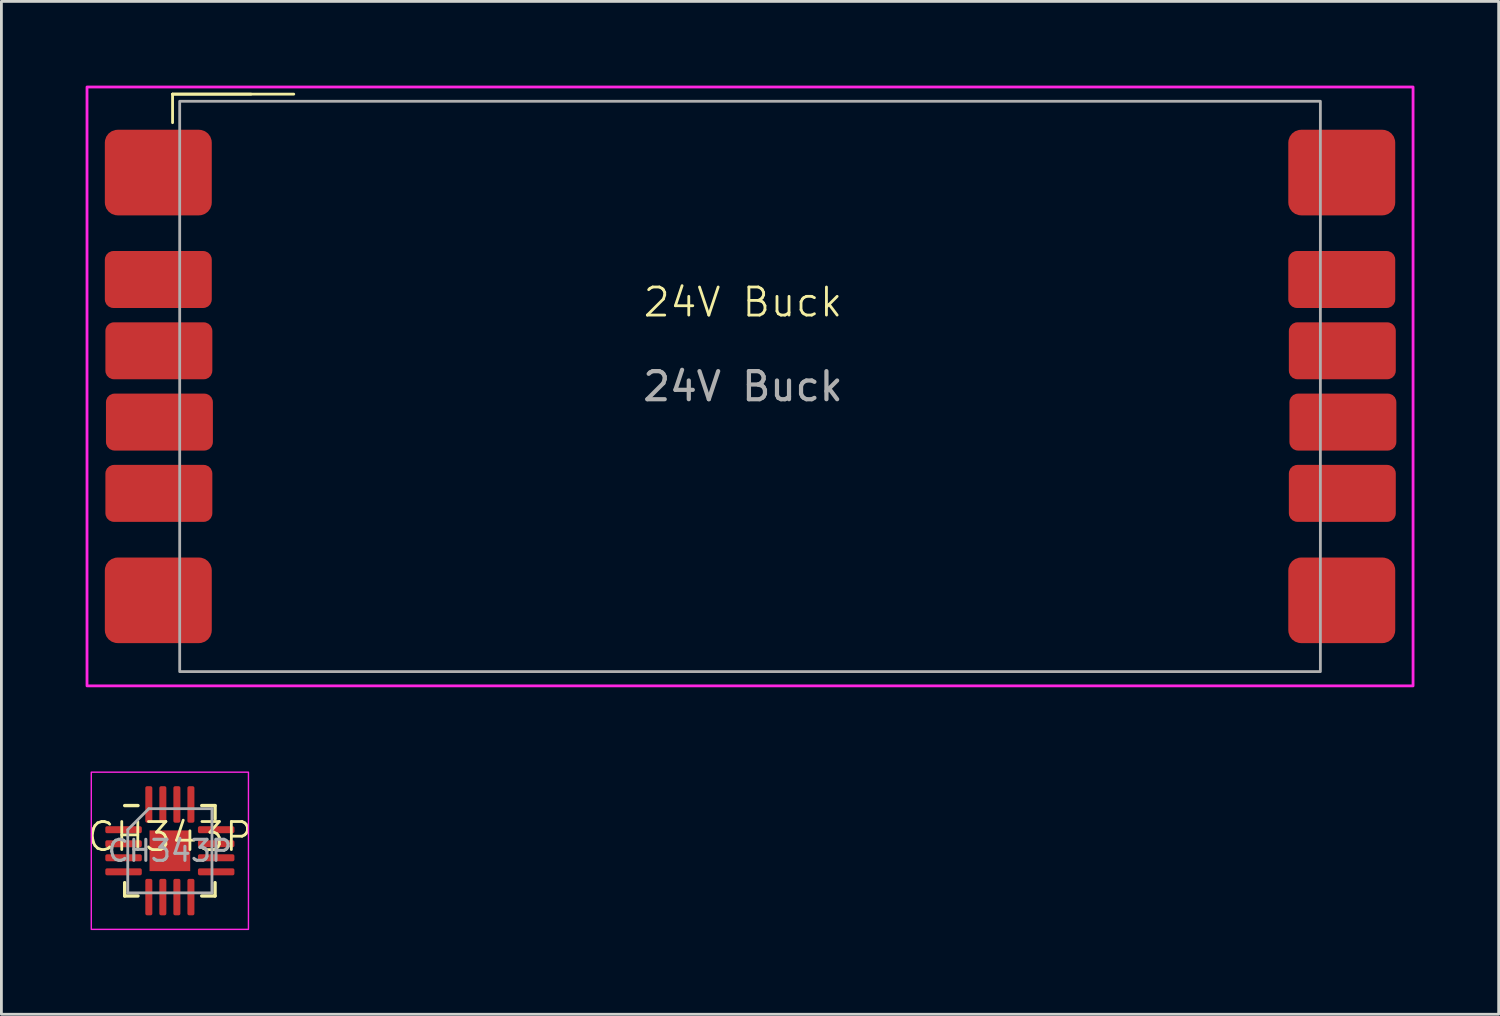
<source format=kicad_pcb>
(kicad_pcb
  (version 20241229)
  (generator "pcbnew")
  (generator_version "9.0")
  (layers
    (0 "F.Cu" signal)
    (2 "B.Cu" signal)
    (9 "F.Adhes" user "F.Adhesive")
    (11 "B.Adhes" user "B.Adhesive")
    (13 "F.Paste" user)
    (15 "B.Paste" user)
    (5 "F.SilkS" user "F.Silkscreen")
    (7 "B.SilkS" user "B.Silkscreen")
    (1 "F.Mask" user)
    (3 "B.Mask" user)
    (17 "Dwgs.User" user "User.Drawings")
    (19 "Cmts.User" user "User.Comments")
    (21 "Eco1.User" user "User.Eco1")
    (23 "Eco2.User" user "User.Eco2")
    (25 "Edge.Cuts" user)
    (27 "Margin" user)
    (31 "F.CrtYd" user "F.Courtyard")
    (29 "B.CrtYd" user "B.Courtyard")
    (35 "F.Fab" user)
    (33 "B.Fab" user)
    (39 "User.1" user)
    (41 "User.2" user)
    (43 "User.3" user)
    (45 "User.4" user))
  (footprint "24V Buck"
    (layer "F.Cu")
    (at 23.672 10.718)
    (property "Reference" "24V Buck" (at -0.254 -3 0) (unlocked yes) (layer "F.SilkS") (effects (font (size 1 1) (thickness 0.1))))
    (attr smd)
    (fp_line (start -20.574 -10.414) (end -20.574 -9.398) (stroke (width 0.1) (type default)) (layer "F.SilkS"))
    (fp_line (start -20.574 -10.414) (end -16.256 -10.414) (stroke (width 0.1) (type default)) (layer "F.SilkS"))
    (fp_line (start -17.78 -10.414) (end -20.574 -10.414) (stroke (width 0.1) (type default)) (layer "F.SilkS"))
    (fp_rect (start -23.622 -10.668) (end 23.622 10.668) (stroke (width 0.1) (type default)) (fill no) (layer "F.CrtYd"))
    (fp_rect (start -20.32 -10.16) (end 20.32 10.16) (stroke (width 0.1) (type default)) (fill no) (layer "F.Fab"))
    (fp_text user "${REFERENCE}" (at -0.254 0 0) (unlocked yes) (layer "F.Fab") (effects (font (size 1 1) (thickness 0.15))))
    (pad "1" smd roundrect (at -21.082 -7.62) (size 3.81 3.05) (layers "F.Cu" "F.Mask" "F.Paste") (roundrect_rratio 0.15))
    (pad "2" smd roundrect (at 21.082 -7.62) (size 3.81 3.05) (layers "F.Cu" "F.Mask" "F.Paste") (roundrect_rratio 0.15))
    (pad "3" smd roundrect (at -21.082 -3.81) (size 3.81 2.03) (layers "F.Cu" "F.Mask" "F.Paste") (roundrect_rratio 0.15))
    (pad "4" smd roundrect (at 21.082 -3.81) (size 3.81 2.03) (layers "F.Cu" "F.Mask" "F.Paste") (roundrect_rratio 0.15))
    (pad "5" smd roundrect (at -21.062 -1.27) (size 3.81 2.03) (layers "F.Cu" "F.Mask" "F.Paste") (roundrect_rratio 0.15))
    (pad "6" smd roundrect (at 21.102 -1.27) (size 3.81 2.03) (layers "F.Cu" "F.Mask" "F.Paste") (roundrect_rratio 0.15))
    (pad "7" smd roundrect (at -21.042 1.27) (size 3.81 2.03) (layers "F.Cu" "F.Mask" "F.Paste") (roundrect_rratio 0.15))
    (pad "8" smd roundrect (at 21.122 1.27) (size 3.81 2.03) (layers "F.Cu" "F.Mask" "F.Paste") (roundrect_rratio 0.15))
    (pad "9" smd roundrect (at -21.062 3.81) (size 3.81 2.03) (layers "F.Cu" "F.Mask" "F.Paste") (roundrect_rratio 0.15))
    (pad "10" smd roundrect (at 21.102 3.81) (size 3.81 2.03) (layers "F.Cu" "F.Mask" "F.Paste") (roundrect_rratio 0.15))
    (pad "11" smd roundrect (at -21.082 7.62) (size 3.81 3.05) (layers "F.Cu" "F.Mask" "F.Paste") (roundrect_rratio 0.15))
    (pad "12" smd roundrect (at 21.082 7.62) (size 3.81 3.05) (layers "F.Cu" "F.Mask" "F.Paste") (roundrect_rratio 0.15)))
  (footprint "CH343P"
    (layer "F.Cu")
    (at 3.002 27.261)
    (property "Reference" "CH343P" (at 0 -0.5 0) (unlocked yes) (layer "F.SilkS") (effects (font (size 1 1) (thickness 0.1))))
    (attr smd)
    (fp_line (start -1.61 1.61) (end -1.61 1.135) (stroke (width 0.12) (type solid)) (layer "F.SilkS"))
    (fp_line (start -1.135 -1.61) (end -1.61 -1.61) (stroke (width 0.12) (type solid)) (layer "F.SilkS"))
    (fp_line (start -1.135 1.61) (end -1.61 1.61) (stroke (width 0.12) (type solid)) (layer "F.SilkS"))
    (fp_line (start 1.135 -1.61) (end 1.61 -1.61) (stroke (width 0.12) (type solid)) (layer "F.SilkS"))
    (fp_line (start 1.135 1.61) (end 1.61 1.61) (stroke (width 0.12) (type solid)) (layer "F.SilkS"))
    (fp_line (start 1.61 -1.61) (end 1.61 -1.135) (stroke (width 0.12) (type solid)) (layer "F.SilkS"))
    (fp_line (start 1.61 1.61) (end 1.61 1.135) (stroke (width 0.12) (type solid)) (layer "F.SilkS"))
    (fp_rect (start -2.8 -2.8) (end 2.8 2.8) (stroke (width 0.05) (type default)) (fill no) (layer "F.CrtYd"))
    (fp_line (start -1.5 -0.75) (end -0.75 -1.5) (stroke (width 0.1) (type solid)) (layer "F.Fab"))
    (fp_line (start -1.5 1.5) (end -1.5 -0.75) (stroke (width 0.1) (type solid)) (layer "F.Fab"))
    (fp_line (start -0.75 -1.5) (end 1.5 -1.5) (stroke (width 0.1) (type solid)) (layer "F.Fab"))
    (fp_line (start 1.5 -1.5) (end 1.5 1.5) (stroke (width 0.1) (type solid)) (layer "F.Fab"))
    (fp_line (start 1.5 1.5) (end -1.5 1.5) (stroke (width 0.1) (type solid)) (layer "F.Fab"))
    (fp_text user "${REFERENCE}" (at 0 0 0) (layer "F.Fab") (effects (font (size 0.75 0.75) (thickness 0.11))))
    (pad "" smd roundrect (at -0.36 -0.36) (size 0.58 0.58) (layers "F.Paste") (roundrect_rratio 0.25))
    (pad "" smd roundrect (at -0.36 0.36) (size 0.58 0.58) (layers "F.Paste") (roundrect_rratio 0.25))
    (pad "" smd roundrect (at 0.36 -0.36) (size 0.58 0.58) (layers "F.Paste") (roundrect_rratio 0.25))
    (pad "" smd roundrect (at 0.36 0.36) (size 0.58 0.58) (layers "F.Paste") (roundrect_rratio 0.25))
    (pad "1" smd roundrect (at -1.65 -0.75) (size 1.3 0.25) (layers "F.Cu" "F.Mask" "F.Paste") (roundrect_rratio 0.25))
    (pad "2" smd roundrect (at -1.65 -0.25) (size 1.3 0.25) (layers "F.Cu" "F.Mask" "F.Paste") (roundrect_rratio 0.25))
    (pad "3" smd roundrect (at -1.65 0.25) (size 1.3 0.25) (layers "F.Cu" "F.Mask" "F.Paste") (roundrect_rratio 0.25))
    (pad "4" smd roundrect (at -1.65 0.75) (size 1.3 0.25) (layers "F.Cu" "F.Mask" "F.Paste") (roundrect_rratio 0.25))
    (pad "5" smd roundrect (at -0.75 1.65) (size 0.25 1.3) (layers "F.Cu" "F.Mask" "F.Paste") (roundrect_rratio 0.25))
    (pad "6" smd roundrect (at -0.25 1.65) (size 0.25 1.3) (layers "F.Cu" "F.Mask" "F.Paste") (roundrect_rratio 0.25))
    (pad "7" smd roundrect (at 0.25 1.65) (size 0.25 1.3) (layers "F.Cu" "F.Mask" "F.Paste") (roundrect_rratio 0.25))
    (pad "8" smd roundrect (at 0.75 1.65) (size 0.25 1.3) (layers "F.Cu" "F.Mask" "F.Paste") (roundrect_rratio 0.25))
    (pad "9" smd roundrect (at 1.65 0.75) (size 1.3 0.25) (layers "F.Cu" "F.Mask" "F.Paste") (roundrect_rratio 0.25))
    (pad "10" smd roundrect (at 1.65 0.25) (size 1.3 0.25) (layers "F.Cu" "F.Mask" "F.Paste") (roundrect_rratio 0.25))
    (pad "11" smd roundrect (at 1.65 -0.25) (size 1.3 0.25) (layers "F.Cu" "F.Mask" "F.Paste") (roundrect_rratio 0.25))
    (pad "12" smd roundrect (at 1.65 -0.75) (size 1.3 0.25) (layers "F.Cu" "F.Mask" "F.Paste") (roundrect_rratio 0.25))
    (pad "13" smd roundrect (at 0.75 -1.65) (size 0.25 1.3) (layers "F.Cu" "F.Mask" "F.Paste") (roundrect_rratio 0.25))
    (pad "14" smd roundrect (at 0.25 -1.65) (size 0.25 1.3) (layers "F.Cu" "F.Mask" "F.Paste") (roundrect_rratio 0.25))
    (pad "15" smd roundrect (at -0.25 -1.65) (size 0.25 1.3) (layers "F.Cu" "F.Mask" "F.Paste") (roundrect_rratio 0.25))
    (pad "16" smd roundrect (at -0.75 -1.65) (size 0.25 1.3) (layers "F.Cu" "F.Mask" "F.Paste") (roundrect_rratio 0.25))
    (pad "17" smd rect (at 0 0) (size 1.45 1.45) (layers "F.Cu" "F.Mask")))
  (gr_rect
    (start -3 -3)
    (end 50.344 33.086)
    (stroke (width 0.1) (type default))
    (fill no)
    (layer "Edge.Cuts")))
</source>
